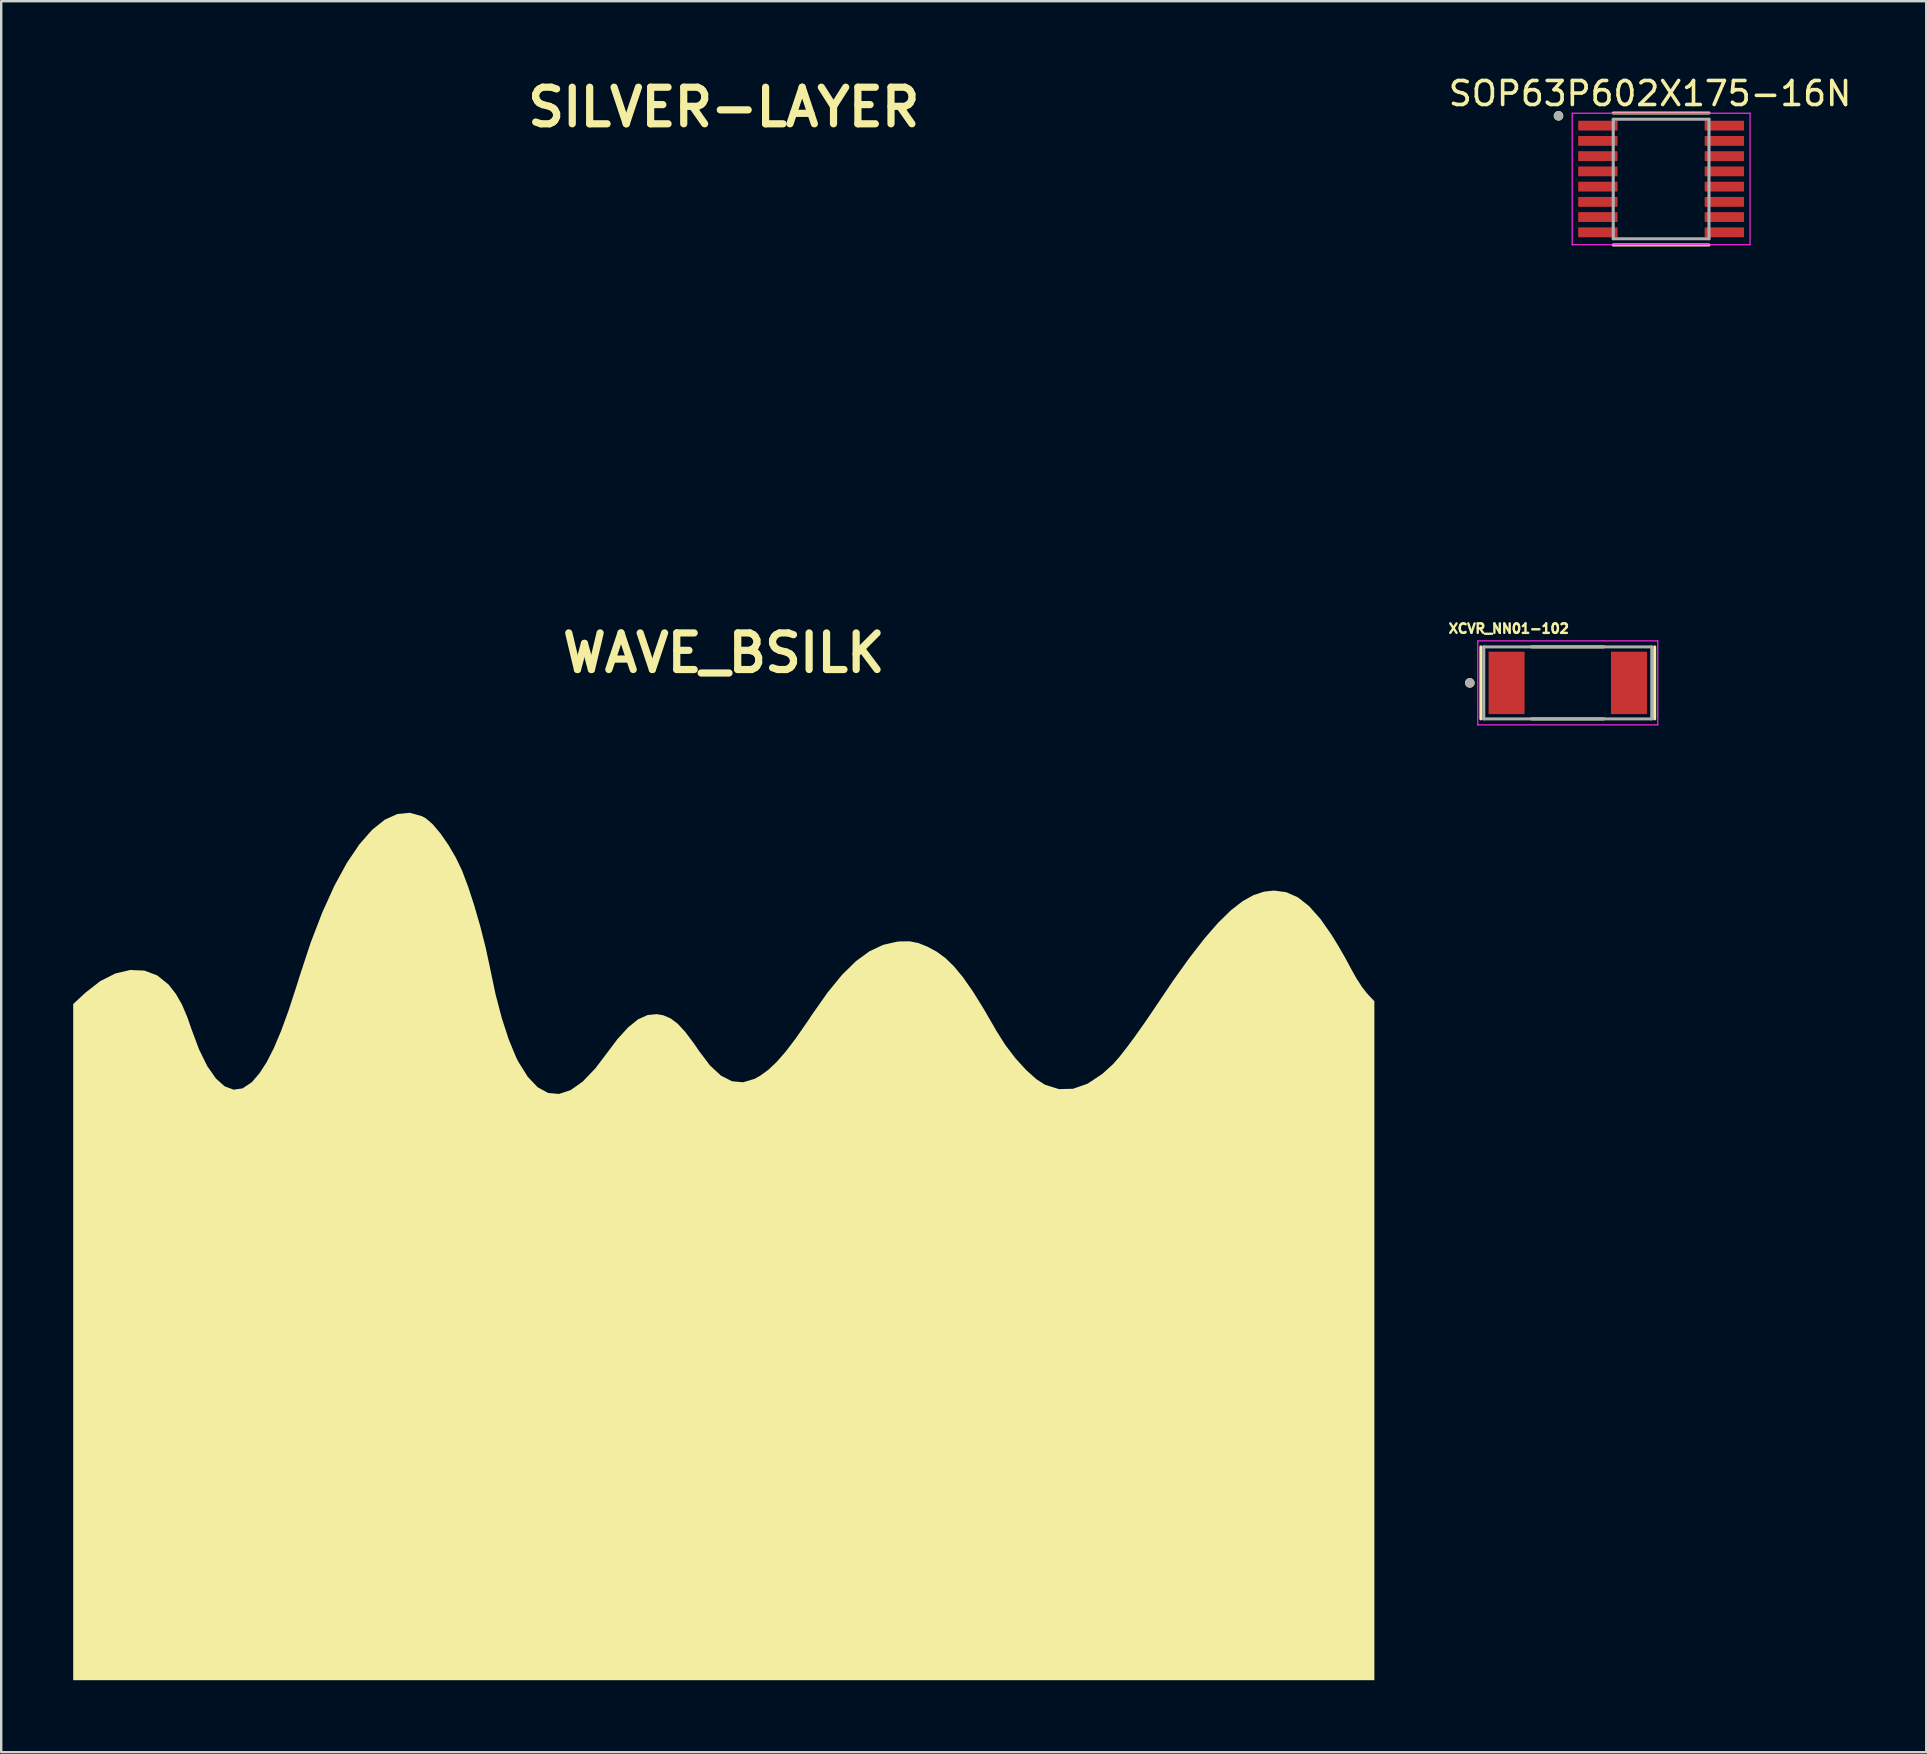
<source format=kicad_pcb>
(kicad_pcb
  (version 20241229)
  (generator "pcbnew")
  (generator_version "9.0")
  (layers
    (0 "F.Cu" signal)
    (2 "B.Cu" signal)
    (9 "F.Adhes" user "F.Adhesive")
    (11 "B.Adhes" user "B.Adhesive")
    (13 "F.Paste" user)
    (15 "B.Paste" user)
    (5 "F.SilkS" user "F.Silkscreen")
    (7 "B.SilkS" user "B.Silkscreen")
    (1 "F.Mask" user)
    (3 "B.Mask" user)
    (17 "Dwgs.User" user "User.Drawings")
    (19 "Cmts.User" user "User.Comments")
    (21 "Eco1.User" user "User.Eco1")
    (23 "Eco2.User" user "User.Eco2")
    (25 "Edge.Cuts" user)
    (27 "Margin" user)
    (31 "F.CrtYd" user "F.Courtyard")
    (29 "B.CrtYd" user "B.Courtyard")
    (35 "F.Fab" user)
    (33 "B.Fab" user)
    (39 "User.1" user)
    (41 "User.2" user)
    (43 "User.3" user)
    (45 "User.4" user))
  (footprint "SOP63P602X175-16N"
    (layer "F.Cu")
    (at 66.161 4.408)
    (property "Reference" "SOP63P602X175-16N" (at -0.46 -3.559 0) (layer "F.SilkS") (effects (font (size 1 1) (thickness 0.15))))
    (attr through_hole)
    (fp_line (start -1.995 -2.748) (end 1.995 -2.748) (stroke (width 0.127) (type solid)) (layer "F.SilkS"))
    (fp_line (start -1.995 2.748) (end 1.995 2.748) (stroke (width 0.127) (type solid)) (layer "F.SilkS"))
    (fp_circle (center -4.275 -2.632) (end -4.175 -2.632) (stroke (width 0.2) (type solid)) (fill no) (layer "F.SilkS"))
    (fp_line (start -3.705 -2.74) (end -3.705 2.74) (stroke (width 0.05) (type solid)) (layer "F.CrtYd"))
    (fp_line (start -3.705 -2.74) (end 3.705 -2.74) (stroke (width 0.05) (type solid)) (layer "F.CrtYd"))
    (fp_line (start -3.705 2.74) (end 3.705 2.74) (stroke (width 0.05) (type solid)) (layer "F.CrtYd"))
    (fp_line (start 3.705 -2.74) (end 3.705 2.74) (stroke (width 0.05) (type solid)) (layer "F.CrtYd"))
    (fp_line (start -1.995 -2.49) (end -1.995 2.49) (stroke (width 0.127) (type solid)) (layer "F.Fab"))
    (fp_line (start -1.995 -2.49) (end 1.995 -2.49) (stroke (width 0.127) (type solid)) (layer "F.Fab"))
    (fp_line (start -1.995 2.49) (end 1.995 2.49) (stroke (width 0.127) (type solid)) (layer "F.Fab"))
    (fp_line (start 1.995 -2.49) (end 1.995 2.49) (stroke (width 0.127) (type solid)) (layer "F.Fab"))
    (fp_circle (center -4.275 -2.632) (end -4.175 -2.632) (stroke (width 0.2) (type solid)) (fill no) (layer "F.Fab"))
    (pad "1" smd roundrect (at -2.635 -2.223) (size 1.64 0.41) (layers "F.Cu" "F.Mask" "F.Paste") (roundrect_rratio 0.05))
    (pad "2" smd roundrect (at -2.635 -1.587) (size 1.64 0.41) (layers "F.Cu" "F.Mask" "F.Paste") (roundrect_rratio 0.05))
    (pad "3" smd roundrect (at -2.635 -0.953) (size 1.64 0.41) (layers "F.Cu" "F.Mask" "F.Paste") (roundrect_rratio 0.05))
    (pad "4" smd roundrect (at -2.635 -0.318) (size 1.64 0.41) (layers "F.Cu" "F.Mask" "F.Paste") (roundrect_rratio 0.05))
    (pad "5" smd roundrect (at -2.635 0.318) (size 1.64 0.41) (layers "F.Cu" "F.Mask" "F.Paste") (roundrect_rratio 0.05))
    (pad "6" smd roundrect (at -2.635 0.953) (size 1.64 0.41) (layers "F.Cu" "F.Mask" "F.Paste") (roundrect_rratio 0.05))
    (pad "7" smd roundrect (at -2.635 1.587) (size 1.64 0.41) (layers "F.Cu" "F.Mask" "F.Paste") (roundrect_rratio 0.05))
    (pad "8" smd roundrect (at -2.635 2.223) (size 1.64 0.41) (layers "F.Cu" "F.Mask" "F.Paste") (roundrect_rratio 0.05))
    (pad "9" smd roundrect (at 2.635 2.223) (size 1.64 0.41) (layers "F.Cu" "F.Mask" "F.Paste") (roundrect_rratio 0.05))
    (pad "10" smd roundrect (at 2.635 1.587) (size 1.64 0.41) (layers "F.Cu" "F.Mask" "F.Paste") (roundrect_rratio 0.05))
    (pad "11" smd roundrect (at 2.635 0.953) (size 1.64 0.41) (layers "F.Cu" "F.Mask" "F.Paste") (roundrect_rratio 0.05))
    (pad "12" smd roundrect (at 2.635 0.318) (size 1.64 0.41) (layers "F.Cu" "F.Mask" "F.Paste") (roundrect_rratio 0.05))
    (pad "13" smd roundrect (at 2.635 -0.318) (size 1.64 0.41) (layers "F.Cu" "F.Mask" "F.Paste") (roundrect_rratio 0.05))
    (pad "14" smd roundrect (at 2.635 -0.953) (size 1.64 0.41) (layers "F.Cu" "F.Mask" "F.Paste") (roundrect_rratio 0.05))
    (pad "15" smd roundrect (at 2.635 -1.587) (size 1.64 0.41) (layers "F.Cu" "F.Mask" "F.Paste") (roundrect_rratio 0.05))
    (pad "16" smd roundrect (at 2.635 -2.223) (size 1.64 0.41) (layers "F.Cu" "F.Mask" "F.Paste") (roundrect_rratio 0.05)))
  (footprint "WAVE_BSILK"
    (layer "F.Cu")
    (at 27.107 24.156)
    (property "Reference" "WAVE_BSILK" (at 0 0 0) (layer "F.SilkS") (effects (font (size 1.524 1.524) (thickness 0.3))))
    (attr board_only exclude_from_pos_files exclude_from_bom)
    (fp_poly (pts (xy -12.577 6.801) (xy -12.416 6.889) (xy -12.134 7.13) (xy -11.81 7.513) (xy -11.477 7.993) (xy -11.166 8.524) (xy -10.908 9.061) (xy -10.656 9.726) (xy -10.395 10.526) (xy -10.144 11.398) (xy -9.921 12.28) (xy -9.743 13.107) (xy -9.735 13.15) (xy -9.507 14.231) (xy -9.245 15.227) (xy -8.96 16.104) (xy -8.662 16.827) (xy -8.563 17.026) (xy -8.168 17.659) (xy -7.754 18.095) (xy -7.32 18.333) (xy -6.864 18.373) (xy -6.385 18.216) (xy -5.881 17.861) (xy -5.352 17.308) (xy -4.938 16.763) (xy -4.433 16.091) (xy -3.982 15.596) (xy -3.569 15.264) (xy -3.175 15.086) (xy -2.785 15.049) (xy -2.512 15.099) (xy -2.215 15.226) (xy -1.921 15.448) (xy -1.605 15.789) (xy -1.241 16.275) (xy -1.038 16.574) (xy -0.57 17.192) (xy -0.113 17.614) (xy 0.342 17.845) (xy 0.804 17.887) (xy 1.282 17.745) (xy 1.513 17.617) (xy 1.853 17.369) (xy 2.201 17.042) (xy 2.575 16.614) (xy 2.995 16.063) (xy 3.481 15.364) (xy 3.675 15.072) (xy 4.322 14.151) (xy 4.928 13.41) (xy 5.508 12.84) (xy 6.074 12.427) (xy 6.642 12.161) (xy 7.225 12.029) (xy 7.344 12.018) (xy 7.753 12.015) (xy 8.109 12.087) (xy 8.477 12.234) (xy 8.865 12.442) (xy 9.232 12.711) (xy 9.593 13.06) (xy 9.965 13.511) (xy 10.366 14.083) (xy 10.811 14.797) (xy 11.318 15.673) (xy 11.354 15.738) (xy 11.726 16.327) (xy 12.153 16.888) (xy 12.602 17.382) (xy 13.036 17.768) (xy 13.386 17.992) (xy 13.964 18.172) (xy 14.552 18.158) (xy 15.152 17.949) (xy 15.768 17.542) (xy 16.225 17.125) (xy 16.458 16.861) (xy 16.77 16.465) (xy 17.135 15.974) (xy 17.524 15.424) (xy 17.912 14.854) (xy 17.947 14.801) (xy 18.714 13.664) (xy 19.406 12.697) (xy 20.032 11.891) (xy 20.602 11.237) (xy 21.125 10.725) (xy 21.612 10.345) (xy 22.072 10.088) (xy 22.516 9.943) (xy 22.926 9.9) (xy 23.435 9.968) (xy 23.917 10.18) (xy 24.389 10.55) (xy 24.867 11.091) (xy 25.327 11.75) (xy 25.604 12.202) (xy 25.895 12.708) (xy 26.132 13.15) (xy 26.35 13.542) (xy 26.586 13.908) (xy 26.789 14.172) (xy 26.798 14.181) (xy 27.107 14.512) (xy 27.107 42.8) (xy -27.107 42.8) (xy -27.107 14.627) (xy -26.603 14.159) (xy -25.981 13.673) (xy -25.351 13.355) (xy -24.732 13.209) (xy -24.144 13.234) (xy -23.607 13.434) (xy -23.141 13.809) (xy -23.115 13.838) (xy -22.823 14.215) (xy -22.577 14.645) (xy -22.349 15.183) (xy -22.187 15.65) (xy -21.863 16.52) (xy -21.521 17.214) (xy -21.164 17.727) (xy -20.798 18.055) (xy -20.425 18.195) (xy -20.052 18.143) (xy -19.681 17.896) (xy -19.646 17.862) (xy -19.341 17.506) (xy -19.045 17.048) (xy -18.75 16.47) (xy -18.447 15.754) (xy -18.129 14.883) (xy -17.788 13.837) (xy -17.683 13.497) (xy -17.214 12.072) (xy -16.725 10.802) (xy -16.221 9.692) (xy -15.705 8.747) (xy -15.182 7.972) (xy -14.654 7.37) (xy -14.126 6.948) (xy -13.601 6.709) (xy -13.083 6.659)) (stroke (width 0) (type solid)) (fill yes) (layer "F.SilkS")))
  (footprint "XCVR_NN01-102"
    (layer "F.Cu")
    (at 62.272 25.403)
    (property "Reference" "XCVR_NN01-102" (at -2.457 -2.262 0) (layer "F.SilkS") (effects (font (size 0.394 0.394) (thickness 0.15))))
    (attr through_hole)
    (fp_line (start -3.62 1.5) (end -3.62 -1.5) (stroke (width 0.127) (type solid)) (layer "F.SilkS"))
    (fp_line (start 1.5 -1.5) (end -1.5 -1.5) (stroke (width 0.127) (type solid)) (layer "F.SilkS"))
    (fp_line (start 1.5 1.5) (end -1.5 1.5) (stroke (width 0.127) (type solid)) (layer "F.SilkS"))
    (fp_line (start 3.62 1.5) (end 3.62 -1.5) (stroke (width 0.127) (type solid)) (layer "F.SilkS"))
    (fp_circle (center -4.082 0) (end -3.982 0) (stroke (width 0.2) (type solid)) (fill no) (layer "F.SilkS"))
    (fp_line (start -3.75 -1.75) (end 3.75 -1.75) (stroke (width 0.05) (type solid)) (layer "F.CrtYd"))
    (fp_line (start -3.75 1.75) (end -3.75 -1.75) (stroke (width 0.05) (type solid)) (layer "F.CrtYd"))
    (fp_line (start -3.75 1.75) (end 3.75 1.75) (stroke (width 0.05) (type solid)) (layer "F.CrtYd"))
    (fp_line (start 3.75 1.75) (end 3.75 -1.75) (stroke (width 0.05) (type solid)) (layer "F.CrtYd"))
    (fp_line (start -3.5 1.5) (end -3.5 -1.5) (stroke (width 0.127) (type solid)) (layer "F.Fab"))
    (fp_line (start 3.5 -1.5) (end -3.5 -1.5) (stroke (width 0.127) (type solid)) (layer "F.Fab"))
    (fp_line (start 3.5 1.5) (end -3.5 1.5) (stroke (width 0.127) (type solid)) (layer "F.Fab"))
    (fp_line (start 3.5 1.5) (end 3.5 -1.5) (stroke (width 0.127) (type solid)) (layer "F.Fab"))
    (fp_circle (center -4.082 0) (end -3.982 0) (stroke (width 0.2) (type solid)) (fill no) (layer "F.Fab"))
    (pad "1" smd rect (at -2.55 0) (size 1.5 2.6) (layers "F.Cu" "F.Mask" "F.Paste"))
    (pad "2" smd rect (at 2.55 0) (size 1.5 2.6) (layers "F.Cu" "F.Mask" "F.Paste"))
    (zone (net_name "") (layer "F.Cu") (hatch full 0.508) (connect_pads) (min_thickness 0.01) (filled_areas_thickness no) (keepout (tracks not_allowed) (vias not_allowed) (pads not_allowed) (copperpour not_allowed) (footprints allowed)) (placement (enabled no)) (fill) (polygon (pts (xy 58.772 24.103) (xy 60.472 24.103) (xy 60.472 26.703) (xy 58.772 26.703) (xy 58.772 26.903) (xy 65.772 26.903) (xy 65.762 26.703) (xy 64.072 26.703) (xy 64.072 24.103) (xy 65.772 24.103) (xy 65.772 23.903) (xy 58.772 23.903))))
    (zone (net_name "") (layers "F.Cu" "B.Cu") (hatch full 0.508) (connect_pads) (min_thickness 0.01) (filled_areas_thickness no) (keepout (tracks allowed) (vias not_allowed) (pads allowed) (copperpour allowed) (footprints allowed)) (placement (enabled no)) (fill) (polygon (pts (xy 58.772 24.103) (xy 60.472 24.103) (xy 60.472 26.703) (xy 58.772 26.703) (xy 58.772 26.903) (xy 65.772 26.903) (xy 65.762 26.703) (xy 64.072 26.703) (xy 64.072 24.103) (xy 65.772 24.103) (xy 65.772 23.903) (xy 58.772 23.903)))))
  (footprint "SILVER-LAYER"
    (layer "F.Cu")
    (at 27.107 1.418)
    (property "Reference" "SILVER-LAYER" (at 0 0 0) (layer "F.SilkS") (effects (font (size 1.524 1.524) (thickness 0.3))))
    (attr board_only exclude_from_pos_files exclude_from_bom)
    (fp_poly (pts (xy 26.717 13.969) (xy 26.84 14.123) (xy 26.967 14.341) (xy 27.061 14.56) (xy 27.088 14.718) (xy 27.051 14.802) (xy 26.977 14.734) (xy 26.849 14.499) (xy 26.826 14.451) (xy 26.703 14.179) (xy 26.636 13.99) (xy 26.632 13.939)) (stroke (width 0) (type solid)) (fill yes) (layer "F.Mask"))
    (fp_poly (pts (xy -24.913 7.626) (xy -24.009 7.748) (xy -23.17 8.012) (xy -22.365 8.432) (xy -21.564 9.022) (xy -21.001 9.535) (xy -20.507 10.042) (xy -20.053 10.567) (xy -19.61 11.148) (xy -19.148 11.827) (xy -18.636 12.644) (xy -18.572 12.75) (xy -17.845 13.95) (xy -18.118 14.8) (xy -18.407 15.605) (xy -18.735 16.354) (xy -19.081 17.01) (xy -19.426 17.531) (xy -19.614 17.752) (xy -19.95 18.052) (xy -20.245 18.183) (xy -20.545 18.159) (xy -20.79 18.052) (xy -21.061 17.842) (xy -21.328 17.502) (xy -21.598 17.016) (xy -21.881 16.366) (xy -22.187 15.536) (xy -22.199 15.5) (xy -22.518 14.711) (xy -22.874 14.101) (xy -23.283 13.65) (xy -23.754 13.341) (xy -24.107 13.187) (xy -24.387 13.125) (xy -24.687 13.137) (xy -24.77 13.148) (xy -25.266 13.268) (xy -25.753 13.49) (xy -26.279 13.839) (xy -26.551 14.051) (xy -27.107 14.502) (xy -27.107 7.823) (xy -26.444 7.698) (xy -25.94 7.636) (xy -25.349 7.614)) (stroke (width 0) (type solid)) (fill yes) (layer "F.Mask"))
    (fp_poly (pts (xy 4.986 0.823) (xy 5.838 1.106) (xy 6.704 1.566) (xy 7.589 2.207) (xy 8.499 3.031) (xy 9.438 4.042) (xy 10.411 5.243) (xy 11.289 6.443) (xy 11.592 6.892) (xy 11.973 7.479) (xy 12.409 8.169) (xy 12.879 8.927) (xy 13.361 9.717) (xy 13.834 10.503) (xy 14.274 11.25) (xy 14.662 11.922) (xy 14.957 12.45) (xy 15.329 13.103) (xy 15.659 13.604) (xy 15.975 13.986) (xy 16.303 14.285) (xy 16.614 14.5) (xy 16.951 14.712) (xy 17.253 14.911) (xy 17.426 15.032) (xy 17.668 15.213) (xy 17.263 15.808) (xy 16.989 16.178) (xy 16.643 16.605) (xy 16.294 17.002) (xy 16.254 17.045) (xy 15.642 17.61) (xy 15.048 17.978) (xy 14.468 18.152) (xy 13.897 18.134) (xy 13.779 18.107) (xy 13.393 17.959) (xy 13.01 17.715) (xy 12.617 17.36) (xy 12.201 16.88) (xy 11.75 16.259) (xy 11.25 15.483) (xy 10.698 14.553) (xy 10.107 13.645) (xy 9.496 12.932) (xy 8.866 12.416) (xy 8.22 12.097) (xy 7.559 11.975) (xy 6.886 12.051) (xy 6.203 12.326) (xy 5.512 12.8) (xy 5.206 13.071) (xy 4.899 13.399) (xy 4.524 13.857) (xy 4.112 14.406) (xy 3.696 15.001) (xy 3.655 15.062) (xy 3.025 15.966) (xy 2.456 16.689) (xy 1.939 17.235) (xy 1.464 17.611) (xy 1.022 17.823) (xy 0.604 17.875) (xy 0.2 17.774) (xy -0.199 17.525) (xy -0.313 17.428) (xy -0.612 17.112) (xy -0.892 16.744) (xy -0.978 16.608) (xy -1.44 15.909) (xy -1.907 15.41) (xy -2.38 15.108) (xy -2.861 15.004) (xy -3.346 15.093) (xy -3.72 15.313) (xy -4.138 15.693) (xy -4.575 16.209) (xy -4.816 16.544) (xy -5.033 16.838) (xy -5.307 17.172) (xy -5.604 17.509) (xy -5.891 17.814) (xy -6.135 18.051) (xy -6.303 18.184) (xy -6.346 18.2) (xy -6.453 18.224) (xy -6.67 18.282) (xy -6.677 18.284) (xy -6.999 18.32) (xy -7.269 18.288) (xy -7.659 18.086) (xy -8.046 17.703) (xy -8.421 17.157) (xy -8.77 16.468) (xy -9.084 15.653) (xy -9.289 14.968) (xy -9.545 14.011) (xy -9.064 13.588) (xy -7.89 12.49) (xy -6.705 11.26) (xy -5.549 9.946) (xy -4.463 8.596) (xy -3.488 7.257) (xy -2.924 6.4) (xy -2.023 5.055) (xy -1.121 3.883) (xy -0.222 2.889) (xy 0.668 2.08) (xy 1.545 1.458) (xy 2.403 1.03) (xy 2.465 1.007) (xy 3.304 0.776) (xy 4.143 0.714)) (stroke (width 0) (type solid)) (fill yes) (layer "F.Mask")))
  (gr_rect
    (start -3 -3)
    (end 77.207 69.956)
    (stroke (width 0.1) (type default))
    (fill no)
    (layer "Edge.Cuts")))
</source>
